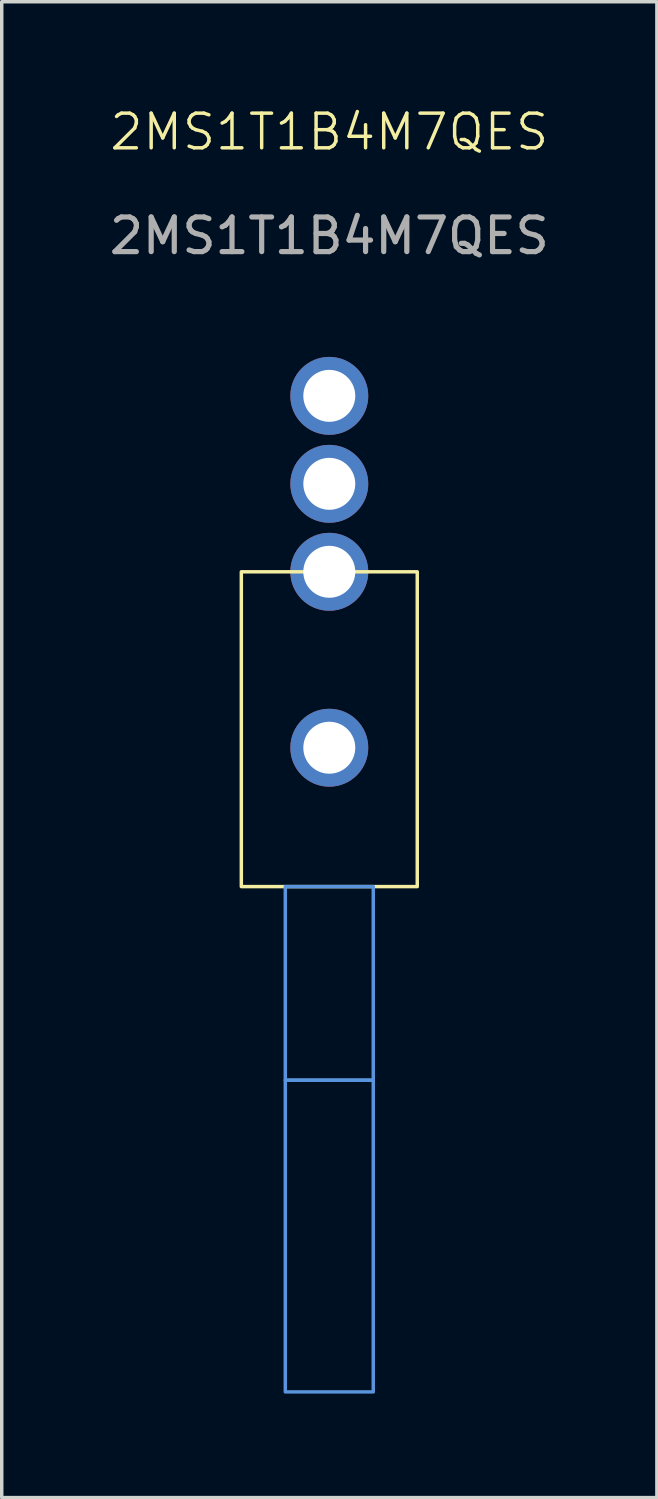
<source format=kicad_pcb>
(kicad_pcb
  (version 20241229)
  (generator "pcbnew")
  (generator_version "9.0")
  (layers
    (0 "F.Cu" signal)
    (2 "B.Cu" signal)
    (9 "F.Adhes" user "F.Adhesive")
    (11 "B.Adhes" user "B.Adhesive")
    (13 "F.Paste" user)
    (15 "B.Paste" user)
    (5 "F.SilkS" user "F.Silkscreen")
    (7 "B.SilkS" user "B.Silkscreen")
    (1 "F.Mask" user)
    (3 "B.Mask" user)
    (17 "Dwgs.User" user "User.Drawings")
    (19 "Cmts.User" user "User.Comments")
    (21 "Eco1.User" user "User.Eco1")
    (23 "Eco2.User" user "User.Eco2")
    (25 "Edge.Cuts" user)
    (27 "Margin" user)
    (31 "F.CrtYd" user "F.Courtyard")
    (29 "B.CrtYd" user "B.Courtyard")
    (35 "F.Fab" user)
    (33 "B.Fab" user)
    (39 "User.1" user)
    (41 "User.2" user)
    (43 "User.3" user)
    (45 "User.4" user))
  (footprint "2MS1T1B4M7QES"
    (layer "F.Cu")
    (at 6.458 13.46)
    (property "Reference" "2MS1T1B4M7QES" (at 0 -12.7 0) (unlocked yes) (layer "F.SilkS") (effects (font (size 1 1) (thickness 0.1))))
    (attr through_hole)
    (fp_rect (start -2.54 0) (end 2.54 9.09) (stroke (width 0.1) (type default)) (fill no) (layer "F.SilkS"))
    (fp_rect (start -1.27 9.09) (end 1.27 14.68) (stroke (width 0.1) (type default)) (fill no) (layer "Cmts.User"))
    (fp_rect (start -1.27 14.68) (end 1.27 23.68) (stroke (width 0.1) (type default)) (fill no) (layer "Cmts.User"))
    (fp_text user "${REFERENCE}" (at 0 -9.7 0) (unlocked yes) (layer "F.Fab") (effects (font (size 1 1) (thickness 0.15))))
    (pad "" thru_hole circle (at 0 5.08) (size 2.25 2.25) (drill 1.5) (layers "*.Cu" "*.Mask"))
    (pad "1" thru_hole circle (at 0 0) (size 2.25 2.25) (drill 1.5) (layers "*.Cu" "*.Mask"))
    (pad "2" thru_hole circle (at 0 -2.54) (size 2.25 2.25) (drill 1.5) (layers "*.Cu" "*.Mask"))
    (pad "3" thru_hole circle (at 0 -5.08) (size 2.25 2.25) (drill 1.5) (layers "*.Cu" "*.Mask")))
  (gr_rect
    (start -3 -3)
    (end 15.917 40.191)
    (stroke (width 0.1) (type default))
    (fill no)
    (layer "Edge.Cuts")))
</source>
